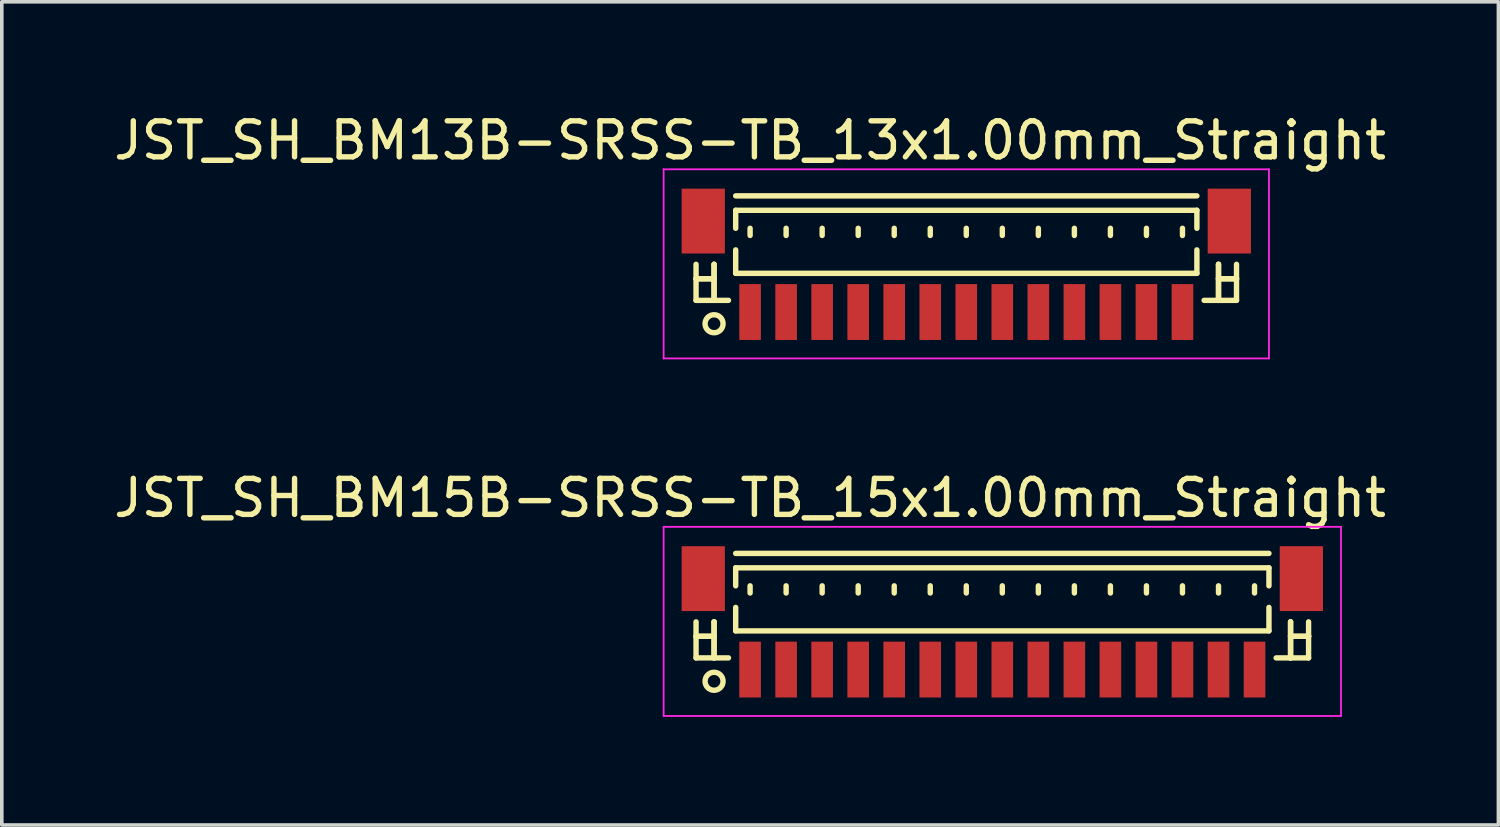
<source format=kicad_pcb>
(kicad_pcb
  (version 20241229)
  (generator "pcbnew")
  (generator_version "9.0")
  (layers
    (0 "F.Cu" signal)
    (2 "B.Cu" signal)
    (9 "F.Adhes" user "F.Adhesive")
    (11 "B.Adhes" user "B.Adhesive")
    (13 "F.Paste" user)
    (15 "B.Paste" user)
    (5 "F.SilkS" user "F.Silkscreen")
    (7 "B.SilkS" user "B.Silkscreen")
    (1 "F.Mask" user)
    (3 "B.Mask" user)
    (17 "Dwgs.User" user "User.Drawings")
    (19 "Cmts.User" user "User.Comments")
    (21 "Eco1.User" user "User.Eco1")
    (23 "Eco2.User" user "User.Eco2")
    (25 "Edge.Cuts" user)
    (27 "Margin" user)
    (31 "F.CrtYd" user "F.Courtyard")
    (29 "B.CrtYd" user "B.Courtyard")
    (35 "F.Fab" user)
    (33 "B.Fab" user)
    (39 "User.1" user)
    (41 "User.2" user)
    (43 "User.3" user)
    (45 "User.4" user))
  (footprint "JST_SH_BM15B-SRSS-TB_15x1.00mm_Straight"
    (layer "F.Cu")
    (at 24.768 14.271)
    (property "Reference" "JST_SH_BM15B-SRSS-TB_15x1.00mm_Straight" (at -7 -3.5 0) (layer "F.SilkS") (effects (font (size 1 1) (thickness 0.15))))
    (attr smd)
    (fp_line (start -8.5 -0.062) (end -8.5 0.938) (stroke (width 0.15) (type solid)) (layer "F.SilkS"))
    (fp_line (start -8.5 0.338) (end -8.5 0.338) (stroke (width 0.15) (type solid)) (layer "F.SilkS"))
    (fp_line (start -8.5 0.338) (end -8 0.338) (stroke (width 0.15) (type solid)) (layer "F.SilkS"))
    (fp_line (start -8.5 0.938) (end -7.6 0.938) (stroke (width 0.15) (type solid)) (layer "F.SilkS"))
    (fp_line (start -8 -0.062) (end -8 -0.062) (stroke (width 0.15) (type solid)) (layer "F.SilkS"))
    (fp_line (start -8 -0.062) (end -8 0.938) (stroke (width 0.15) (type solid)) (layer "F.SilkS"))
    (fp_line (start -8 0.338) (end -8.5 0.338) (stroke (width 0.15) (type solid)) (layer "F.SilkS"))
    (fp_line (start -8 0.338) (end -8 0.338) (stroke (width 0.15) (type solid)) (layer "F.SilkS"))
    (fp_line (start -8 0.938) (end -8 -0.062) (stroke (width 0.15) (type solid)) (layer "F.SilkS"))
    (fp_line (start -8 0.938) (end -8 0.938) (stroke (width 0.15) (type solid)) (layer "F.SilkS"))
    (fp_line (start -7.4 -1.962) (end 7.4 -1.962) (stroke (width 0.15) (type solid)) (layer "F.SilkS"))
    (fp_line (start -7.4 -1.562) (end 7.4 -1.562) (stroke (width 0.15) (type solid)) (layer "F.SilkS"))
    (fp_line (start -7.4 -1.062) (end -7.4 -1.562) (stroke (width 0.15) (type solid)) (layer "F.SilkS"))
    (fp_line (start -7.4 -0.463) (end -7.4 0.188) (stroke (width 0.15) (type solid)) (layer "F.SilkS"))
    (fp_line (start -7.4 0.188) (end 7.4 0.188) (stroke (width 0.15) (type solid)) (layer "F.SilkS"))
    (fp_line (start -7 -1.062) (end -7 -0.863) (stroke (width 0.15) (type solid)) (layer "F.SilkS"))
    (fp_line (start -6 -1.062) (end -6 -0.863) (stroke (width 0.15) (type solid)) (layer "F.SilkS"))
    (fp_line (start -5 -1.062) (end -5 -0.863) (stroke (width 0.15) (type solid)) (layer "F.SilkS"))
    (fp_line (start -4 -1.062) (end -4 -0.863) (stroke (width 0.15) (type solid)) (layer "F.SilkS"))
    (fp_line (start -3 -1.062) (end -3 -0.863) (stroke (width 0.15) (type solid)) (layer "F.SilkS"))
    (fp_line (start -2 -1.062) (end -2 -0.863) (stroke (width 0.15) (type solid)) (layer "F.SilkS"))
    (fp_line (start -1 -1.062) (end -1 -0.863) (stroke (width 0.15) (type solid)) (layer "F.SilkS"))
    (fp_line (start 0 -1.062) (end 0 -0.863) (stroke (width 0.15) (type solid)) (layer "F.SilkS"))
    (fp_line (start 1 -1.062) (end 1 -0.863) (stroke (width 0.15) (type solid)) (layer "F.SilkS"))
    (fp_line (start 2 -1.062) (end 2 -0.863) (stroke (width 0.15) (type solid)) (layer "F.SilkS"))
    (fp_line (start 3 -1.062) (end 3 -0.863) (stroke (width 0.15) (type solid)) (layer "F.SilkS"))
    (fp_line (start 4 -1.062) (end 4 -0.863) (stroke (width 0.15) (type solid)) (layer "F.SilkS"))
    (fp_line (start 5 -1.062) (end 5 -0.863) (stroke (width 0.15) (type solid)) (layer "F.SilkS"))
    (fp_line (start 6 -1.062) (end 6 -0.863) (stroke (width 0.15) (type solid)) (layer "F.SilkS"))
    (fp_line (start 7 -1.062) (end 7 -0.863) (stroke (width 0.15) (type solid)) (layer "F.SilkS"))
    (fp_line (start 7.4 -1.562) (end 7.4 -1.062) (stroke (width 0.15) (type solid)) (layer "F.SilkS"))
    (fp_line (start 7.4 0.188) (end 7.4 -0.463) (stroke (width 0.15) (type solid)) (layer "F.SilkS"))
    (fp_line (start 8 -0.062) (end 8 -0.062) (stroke (width 0.15) (type solid)) (layer "F.SilkS"))
    (fp_line (start 8 -0.062) (end 8 0.938) (stroke (width 0.15) (type solid)) (layer "F.SilkS"))
    (fp_line (start 8 0.338) (end 8 0.338) (stroke (width 0.15) (type solid)) (layer "F.SilkS"))
    (fp_line (start 8 0.338) (end 8.5 0.338) (stroke (width 0.15) (type solid)) (layer "F.SilkS"))
    (fp_line (start 8 0.938) (end 8 -0.062) (stroke (width 0.15) (type solid)) (layer "F.SilkS"))
    (fp_line (start 8 0.938) (end 8 0.938) (stroke (width 0.15) (type solid)) (layer "F.SilkS"))
    (fp_line (start 8.5 -0.062) (end 8.5 0.938) (stroke (width 0.15) (type solid)) (layer "F.SilkS"))
    (fp_line (start 8.5 0.338) (end 8 0.338) (stroke (width 0.15) (type solid)) (layer "F.SilkS"))
    (fp_line (start 8.5 0.338) (end 8.5 0.338) (stroke (width 0.15) (type solid)) (layer "F.SilkS"))
    (fp_line (start 8.5 0.938) (end 7.6 0.938) (stroke (width 0.15) (type solid)) (layer "F.SilkS"))
    (fp_circle (center -8 1.587) (end -7.75 1.587) (stroke (width 0.15) (type solid)) (fill no) (layer "F.SilkS"))
    (fp_line (start -9.4 -2.7) (end 9.4 -2.7) (stroke (width 0.05) (type solid)) (layer "F.CrtYd"))
    (fp_line (start -9.4 2.55) (end -9.4 -2.7) (stroke (width 0.05) (type solid)) (layer "F.CrtYd"))
    (fp_line (start 9.4 -2.7) (end 9.4 2.55) (stroke (width 0.05) (type solid)) (layer "F.CrtYd"))
    (fp_line (start 9.4 2.55) (end -9.4 2.55) (stroke (width 0.05) (type solid)) (layer "F.CrtYd"))
    (pad "" smd rect (at -8.3 -1.262) (size 1.2 1.8) (layers "F.Cu" "F.Mask" "F.Paste"))
    (pad "" smd rect (at 8.3 -1.262) (size 1.2 1.8) (layers "F.Cu" "F.Mask" "F.Paste"))
    (pad "1" smd rect (at -7 1.262) (size 0.6 1.55) (layers "F.Cu" "F.Mask" "F.Paste"))
    (pad "2" smd rect (at -6 1.262) (size 0.6 1.55) (layers "F.Cu" "F.Mask" "F.Paste"))
    (pad "3" smd rect (at -5 1.262) (size 0.6 1.55) (layers "F.Cu" "F.Mask" "F.Paste"))
    (pad "4" smd rect (at -4 1.262) (size 0.6 1.55) (layers "F.Cu" "F.Mask" "F.Paste"))
    (pad "5" smd rect (at -3 1.262) (size 0.6 1.55) (layers "F.Cu" "F.Mask" "F.Paste"))
    (pad "6" smd rect (at -2 1.262) (size 0.6 1.55) (layers "F.Cu" "F.Mask" "F.Paste"))
    (pad "7" smd rect (at -1 1.262) (size 0.6 1.55) (layers "F.Cu" "F.Mask" "F.Paste"))
    (pad "8" smd rect (at 0 1.262) (size 0.6 1.55) (layers "F.Cu" "F.Mask" "F.Paste"))
    (pad "9" smd rect (at 1 1.262) (size 0.6 1.55) (layers "F.Cu" "F.Mask" "F.Paste"))
    (pad "10" smd rect (at 2 1.262) (size 0.6 1.55) (layers "F.Cu" "F.Mask" "F.Paste"))
    (pad "11" smd rect (at 3 1.262) (size 0.6 1.55) (layers "F.Cu" "F.Mask" "F.Paste"))
    (pad "12" smd rect (at 4 1.262) (size 0.6 1.55) (layers "F.Cu" "F.Mask" "F.Paste"))
    (pad "13" smd rect (at 5 1.262) (size 0.6 1.55) (layers "F.Cu" "F.Mask" "F.Paste"))
    (pad "14" smd rect (at 6 1.262) (size 0.6 1.55) (layers "F.Cu" "F.Mask" "F.Paste"))
    (pad "15" smd rect (at 7 1.262) (size 0.6 1.55) (layers "F.Cu" "F.Mask" "F.Paste")))
  (footprint "JST_SH_BM13B-SRSS-TB_13x1.00mm_Straight"
    (layer "F.Cu")
    (at 23.768 4.348)
    (property "Reference" "JST_SH_BM13B-SRSS-TB_13x1.00mm_Straight" (at -6 -3.5 0) (layer "F.SilkS") (effects (font (size 1 1) (thickness 0.15))))
    (attr smd)
    (fp_line (start -7.5 -0.062) (end -7.5 0.938) (stroke (width 0.15) (type solid)) (layer "F.SilkS"))
    (fp_line (start -7.5 0.338) (end -7.5 0.338) (stroke (width 0.15) (type solid)) (layer "F.SilkS"))
    (fp_line (start -7.5 0.338) (end -7 0.338) (stroke (width 0.15) (type solid)) (layer "F.SilkS"))
    (fp_line (start -7.5 0.938) (end -6.6 0.938) (stroke (width 0.15) (type solid)) (layer "F.SilkS"))
    (fp_line (start -7 -0.062) (end -7 -0.062) (stroke (width 0.15) (type solid)) (layer "F.SilkS"))
    (fp_line (start -7 -0.062) (end -7 0.938) (stroke (width 0.15) (type solid)) (layer "F.SilkS"))
    (fp_line (start -7 0.338) (end -7.5 0.338) (stroke (width 0.15) (type solid)) (layer "F.SilkS"))
    (fp_line (start -7 0.338) (end -7 0.338) (stroke (width 0.15) (type solid)) (layer "F.SilkS"))
    (fp_line (start -7 0.938) (end -7 -0.062) (stroke (width 0.15) (type solid)) (layer "F.SilkS"))
    (fp_line (start -7 0.938) (end -7 0.938) (stroke (width 0.15) (type solid)) (layer "F.SilkS"))
    (fp_line (start -6.4 -1.962) (end 6.4 -1.962) (stroke (width 0.15) (type solid)) (layer "F.SilkS"))
    (fp_line (start -6.4 -1.562) (end 6.4 -1.562) (stroke (width 0.15) (type solid)) (layer "F.SilkS"))
    (fp_line (start -6.4 -1.062) (end -6.4 -1.562) (stroke (width 0.15) (type solid)) (layer "F.SilkS"))
    (fp_line (start -6.4 -0.463) (end -6.4 0.188) (stroke (width 0.15) (type solid)) (layer "F.SilkS"))
    (fp_line (start -6.4 0.188) (end 6.4 0.188) (stroke (width 0.15) (type solid)) (layer "F.SilkS"))
    (fp_line (start -6 -1.062) (end -6 -0.863) (stroke (width 0.15) (type solid)) (layer "F.SilkS"))
    (fp_line (start -5 -1.062) (end -5 -0.863) (stroke (width 0.15) (type solid)) (layer "F.SilkS"))
    (fp_line (start -4 -1.062) (end -4 -0.863) (stroke (width 0.15) (type solid)) (layer "F.SilkS"))
    (fp_line (start -3 -1.062) (end -3 -0.863) (stroke (width 0.15) (type solid)) (layer "F.SilkS"))
    (fp_line (start -2 -1.062) (end -2 -0.863) (stroke (width 0.15) (type solid)) (layer "F.SilkS"))
    (fp_line (start -1 -1.062) (end -1 -0.863) (stroke (width 0.15) (type solid)) (layer "F.SilkS"))
    (fp_line (start 0 -1.062) (end 0 -0.863) (stroke (width 0.15) (type solid)) (layer "F.SilkS"))
    (fp_line (start 1 -1.062) (end 1 -0.863) (stroke (width 0.15) (type solid)) (layer "F.SilkS"))
    (fp_line (start 2 -1.062) (end 2 -0.863) (stroke (width 0.15) (type solid)) (layer "F.SilkS"))
    (fp_line (start 3 -1.062) (end 3 -0.863) (stroke (width 0.15) (type solid)) (layer "F.SilkS"))
    (fp_line (start 4 -1.062) (end 4 -0.863) (stroke (width 0.15) (type solid)) (layer "F.SilkS"))
    (fp_line (start 5 -1.062) (end 5 -0.863) (stroke (width 0.15) (type solid)) (layer "F.SilkS"))
    (fp_line (start 6 -1.062) (end 6 -0.863) (stroke (width 0.15) (type solid)) (layer "F.SilkS"))
    (fp_line (start 6.4 -1.562) (end 6.4 -1.062) (stroke (width 0.15) (type solid)) (layer "F.SilkS"))
    (fp_line (start 6.4 0.188) (end 6.4 -0.463) (stroke (width 0.15) (type solid)) (layer "F.SilkS"))
    (fp_line (start 7 -0.062) (end 7 -0.062) (stroke (width 0.15) (type solid)) (layer "F.SilkS"))
    (fp_line (start 7 -0.062) (end 7 0.938) (stroke (width 0.15) (type solid)) (layer "F.SilkS"))
    (fp_line (start 7 0.338) (end 7 0.338) (stroke (width 0.15) (type solid)) (layer "F.SilkS"))
    (fp_line (start 7 0.338) (end 7.5 0.338) (stroke (width 0.15) (type solid)) (layer "F.SilkS"))
    (fp_line (start 7 0.938) (end 7 -0.062) (stroke (width 0.15) (type solid)) (layer "F.SilkS"))
    (fp_line (start 7 0.938) (end 7 0.938) (stroke (width 0.15) (type solid)) (layer "F.SilkS"))
    (fp_line (start 7.5 -0.062) (end 7.5 0.938) (stroke (width 0.15) (type solid)) (layer "F.SilkS"))
    (fp_line (start 7.5 0.338) (end 7 0.338) (stroke (width 0.15) (type solid)) (layer "F.SilkS"))
    (fp_line (start 7.5 0.338) (end 7.5 0.338) (stroke (width 0.15) (type solid)) (layer "F.SilkS"))
    (fp_line (start 7.5 0.938) (end 6.6 0.938) (stroke (width 0.15) (type solid)) (layer "F.SilkS"))
    (fp_circle (center -7 1.587) (end -6.75 1.587) (stroke (width 0.15) (type solid)) (fill no) (layer "F.SilkS"))
    (fp_line (start -8.4 -2.7) (end 8.4 -2.7) (stroke (width 0.05) (type solid)) (layer "F.CrtYd"))
    (fp_line (start -8.4 2.55) (end -8.4 -2.7) (stroke (width 0.05) (type solid)) (layer "F.CrtYd"))
    (fp_line (start 8.4 -2.7) (end 8.4 2.55) (stroke (width 0.05) (type solid)) (layer "F.CrtYd"))
    (fp_line (start 8.4 2.55) (end -8.4 2.55) (stroke (width 0.05) (type solid)) (layer "F.CrtYd"))
    (pad "" smd rect (at -7.3 -1.262) (size 1.2 1.8) (layers "F.Cu" "F.Mask" "F.Paste"))
    (pad "" smd rect (at 7.3 -1.262) (size 1.2 1.8) (layers "F.Cu" "F.Mask" "F.Paste"))
    (pad "1" smd rect (at -6 1.262) (size 0.6 1.55) (layers "F.Cu" "F.Mask" "F.Paste"))
    (pad "2" smd rect (at -5 1.262) (size 0.6 1.55) (layers "F.Cu" "F.Mask" "F.Paste"))
    (pad "3" smd rect (at -4 1.262) (size 0.6 1.55) (layers "F.Cu" "F.Mask" "F.Paste"))
    (pad "4" smd rect (at -3 1.262) (size 0.6 1.55) (layers "F.Cu" "F.Mask" "F.Paste"))
    (pad "5" smd rect (at -2 1.262) (size 0.6 1.55) (layers "F.Cu" "F.Mask" "F.Paste"))
    (pad "6" smd rect (at -1 1.262) (size 0.6 1.55) (layers "F.Cu" "F.Mask" "F.Paste"))
    (pad "7" smd rect (at 0 1.262) (size 0.6 1.55) (layers "F.Cu" "F.Mask" "F.Paste"))
    (pad "8" smd rect (at 1 1.262) (size 0.6 1.55) (layers "F.Cu" "F.Mask" "F.Paste"))
    (pad "9" smd rect (at 2 1.262) (size 0.6 1.55) (layers "F.Cu" "F.Mask" "F.Paste"))
    (pad "10" smd rect (at 3 1.262) (size 0.6 1.55) (layers "F.Cu" "F.Mask" "F.Paste"))
    (pad "11" smd rect (at 4 1.262) (size 0.6 1.55) (layers "F.Cu" "F.Mask" "F.Paste"))
    (pad "12" smd rect (at 5 1.262) (size 0.6 1.55) (layers "F.Cu" "F.Mask" "F.Paste"))
    (pad "13" smd rect (at 6 1.262) (size 0.6 1.55) (layers "F.Cu" "F.Mask" "F.Paste")))
  (gr_rect
    (start -3 -3)
    (end 38.536 19.846)
    (stroke (width 0.1) (type default))
    (fill no)
    (layer "Edge.Cuts")))
</source>
